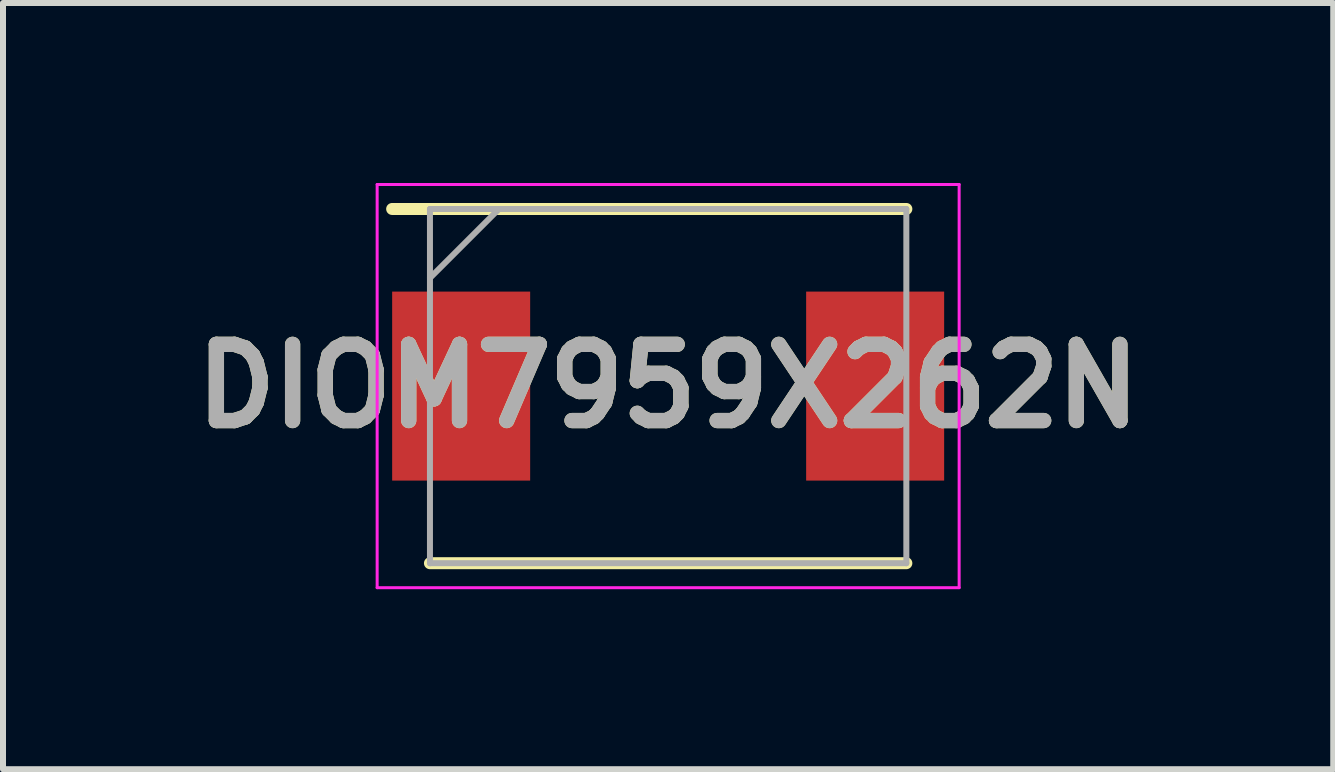
<source format=kicad_pcb>
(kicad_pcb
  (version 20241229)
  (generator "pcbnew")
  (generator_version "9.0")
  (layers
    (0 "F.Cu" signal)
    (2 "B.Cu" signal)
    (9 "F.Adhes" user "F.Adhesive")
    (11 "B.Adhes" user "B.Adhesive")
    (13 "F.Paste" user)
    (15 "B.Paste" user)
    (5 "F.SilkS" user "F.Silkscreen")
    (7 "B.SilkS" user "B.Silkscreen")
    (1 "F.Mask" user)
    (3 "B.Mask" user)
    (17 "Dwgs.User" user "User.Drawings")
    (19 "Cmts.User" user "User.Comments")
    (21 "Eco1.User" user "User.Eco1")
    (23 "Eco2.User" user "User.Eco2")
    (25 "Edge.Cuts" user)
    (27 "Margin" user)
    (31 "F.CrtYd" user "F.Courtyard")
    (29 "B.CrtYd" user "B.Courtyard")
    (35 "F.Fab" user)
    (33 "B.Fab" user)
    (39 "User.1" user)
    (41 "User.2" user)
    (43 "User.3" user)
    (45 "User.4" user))
  (footprint "DIOM7959X262N"
    (layer "F.Cu")
    (at 8.086 3.385)
    (property "Reference" "DIOM7959X262N" (at 0 0 0) (layer "F.SilkS") (effects (font (size 1.27 1.27) (thickness 0.254))))
    (attr smd)
    (fp_line (start -3.97 2.952) (end 3.97 2.952) (stroke (width 0.2) (type solid)) (layer "F.SilkS"))
    (fp_line (start 3.97 -2.952) (end -4.6 -2.952) (stroke (width 0.2) (type solid)) (layer "F.SilkS"))
    (fp_line (start -4.85 -3.36) (end 4.85 -3.36) (stroke (width 0.05) (type solid)) (layer "F.CrtYd"))
    (fp_line (start -4.85 3.36) (end -4.85 -3.36) (stroke (width 0.05) (type solid)) (layer "F.CrtYd"))
    (fp_line (start 4.85 -3.36) (end 4.85 3.36) (stroke (width 0.05) (type solid)) (layer "F.CrtYd"))
    (fp_line (start 4.85 3.36) (end -4.85 3.36) (stroke (width 0.05) (type solid)) (layer "F.CrtYd"))
    (fp_line (start -3.97 -2.952) (end 3.97 -2.952) (stroke (width 0.1) (type solid)) (layer "F.Fab"))
    (fp_line (start -3.97 -1.802) (end -2.82 -2.952) (stroke (width 0.1) (type solid)) (layer "F.Fab"))
    (fp_line (start -3.97 2.952) (end -3.97 -2.952) (stroke (width 0.1) (type solid)) (layer "F.Fab"))
    (fp_line (start 3.97 -2.952) (end 3.97 2.952) (stroke (width 0.1) (type solid)) (layer "F.Fab"))
    (fp_line (start 3.97 2.952) (end -3.97 2.952) (stroke (width 0.1) (type solid)) (layer "F.Fab"))
    (fp_text user "${REFERENCE}" (at 0 0 0) (layer "F.Fab") (effects (font (size 1.27 1.27) (thickness 0.254))))
    (pad "1" smd rect (at -3.45 0) (size 2.3 3.15) (layers "F.Cu" "F.Mask" "F.Paste"))
    (pad "2" smd rect (at 3.45 0) (size 2.3 3.15) (layers "F.Cu" "F.Mask" "F.Paste")))
  (gr_rect
    (start -3 -3)
    (end 19.171 9.77)
    (stroke (width 0.1) (type default))
    (fill no)
    (layer "Edge.Cuts")))
</source>
